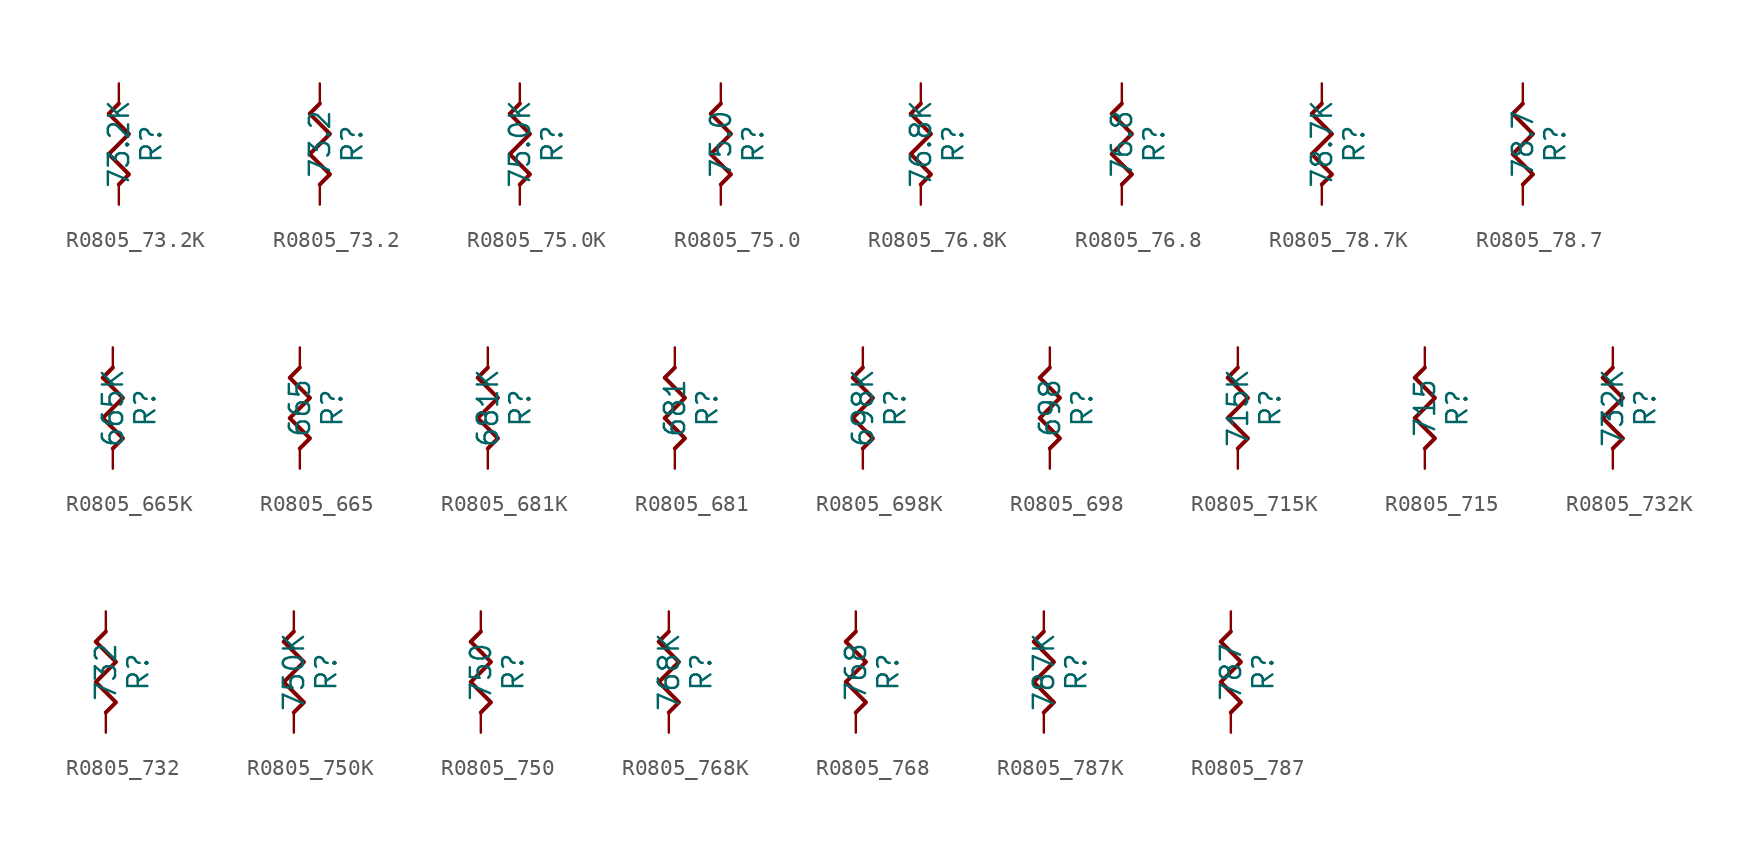
<source format=kicad_sym>
(kicad_symbol_lib
  (version 20211014)
  (generator atlantix-eda)
  (symbol "R0805_73.2K"
    (pin_numbers hide)
    (pin_names
      (offset 0))
    (property "Reference" "R"
      (at 2.032 0 90)
      (effects (font (size 1.27 1.27))))
    (property "Value" "73.2K"
      (at 0 0 90)
      (effects (font (size 1.27 1.27))))
    (symbol "R0805_73.2K_0_1"
      (polyline (pts (xy 0 -2.54) (xy 0.635 -1.905) (xy -0.635 -0.635) (xy 0.635 0.635) (xy -0.635 1.905) (xy 0 2.54)) (stroke (width 0.254) (type default) (color 0 0 0 0)) (fill (type none))))
    (symbol "R0805_73.2K_1_1"
      (pin passive line (at 0 3.81 270) (length 1.27) (name "~" (effects (font (size 1.27 1.27)))) (number "1" (effects (font (size 1.27 1.27)))))
      (pin passive line (at 0 -3.81 90) (length 1.27) (name "~" (effects (font (size 1.27 1.27)))) (number "2" (effects (font (size 1.27 1.27)))))))
  (symbol "R0805_73.2"
    (pin_numbers hide)
    (pin_names
      (offset 0))
    (property "Reference" "R"
      (at 2.032 0 90)
      (effects (font (size 1.27 1.27))))
    (property "Value" "73.2"
      (at 0 0 90)
      (effects (font (size 1.27 1.27))))
    (symbol "R0805_73.2_0_1"
      (polyline (pts (xy 0 -2.54) (xy 0.635 -1.905) (xy -0.635 -0.635) (xy 0.635 0.635) (xy -0.635 1.905) (xy 0 2.54)) (stroke (width 0.254) (type default) (color 0 0 0 0)) (fill (type none))))
    (symbol "R0805_73.2_1_1"
      (pin passive line (at 0 3.81 270) (length 1.27) (name "~" (effects (font (size 1.27 1.27)))) (number "1" (effects (font (size 1.27 1.27)))))
      (pin passive line (at 0 -3.81 90) (length 1.27) (name "~" (effects (font (size 1.27 1.27)))) (number "2" (effects (font (size 1.27 1.27)))))))
  (symbol "R0805_75.0K"
    (pin_numbers hide)
    (pin_names
      (offset 0))
    (property "Reference" "R"
      (at 2.032 0 90)
      (effects (font (size 1.27 1.27))))
    (property "Value" "75.0K"
      (at 0 0 90)
      (effects (font (size 1.27 1.27))))
    (symbol "R0805_75.0K_0_1"
      (polyline (pts (xy 0 -2.54) (xy 0.635 -1.905) (xy -0.635 -0.635) (xy 0.635 0.635) (xy -0.635 1.905) (xy 0 2.54)) (stroke (width 0.254) (type default) (color 0 0 0 0)) (fill (type none))))
    (symbol "R0805_75.0K_1_1"
      (pin passive line (at 0 3.81 270) (length 1.27) (name "~" (effects (font (size 1.27 1.27)))) (number "1" (effects (font (size 1.27 1.27)))))
      (pin passive line (at 0 -3.81 90) (length 1.27) (name "~" (effects (font (size 1.27 1.27)))) (number "2" (effects (font (size 1.27 1.27)))))))
  (symbol "R0805_75.0"
    (pin_numbers hide)
    (pin_names
      (offset 0))
    (property "Reference" "R"
      (at 2.032 0 90)
      (effects (font (size 1.27 1.27))))
    (property "Value" "75.0"
      (at 0 0 90)
      (effects (font (size 1.27 1.27))))
    (symbol "R0805_75.0_0_1"
      (polyline (pts (xy 0 -2.54) (xy 0.635 -1.905) (xy -0.635 -0.635) (xy 0.635 0.635) (xy -0.635 1.905) (xy 0 2.54)) (stroke (width 0.254) (type default) (color 0 0 0 0)) (fill (type none))))
    (symbol "R0805_75.0_1_1"
      (pin passive line (at 0 3.81 270) (length 1.27) (name "~" (effects (font (size 1.27 1.27)))) (number "1" (effects (font (size 1.27 1.27)))))
      (pin passive line (at 0 -3.81 90) (length 1.27) (name "~" (effects (font (size 1.27 1.27)))) (number "2" (effects (font (size 1.27 1.27)))))))
  (symbol "R0805_76.8K"
    (pin_numbers hide)
    (pin_names
      (offset 0))
    (property "Reference" "R"
      (at 2.032 0 90)
      (effects (font (size 1.27 1.27))))
    (property "Value" "76.8K"
      (at 0 0 90)
      (effects (font (size 1.27 1.27))))
    (symbol "R0805_76.8K_0_1"
      (polyline (pts (xy 0 -2.54) (xy 0.635 -1.905) (xy -0.635 -0.635) (xy 0.635 0.635) (xy -0.635 1.905) (xy 0 2.54)) (stroke (width 0.254) (type default) (color 0 0 0 0)) (fill (type none))))
    (symbol "R0805_76.8K_1_1"
      (pin passive line (at 0 3.81 270) (length 1.27) (name "~" (effects (font (size 1.27 1.27)))) (number "1" (effects (font (size 1.27 1.27)))))
      (pin passive line (at 0 -3.81 90) (length 1.27) (name "~" (effects (font (size 1.27 1.27)))) (number "2" (effects (font (size 1.27 1.27)))))))
  (symbol "R0805_76.8"
    (pin_numbers hide)
    (pin_names
      (offset 0))
    (property "Reference" "R"
      (at 2.032 0 90)
      (effects (font (size 1.27 1.27))))
    (property "Value" "76.8"
      (at 0 0 90)
      (effects (font (size 1.27 1.27))))
    (symbol "R0805_76.8_0_1"
      (polyline (pts (xy 0 -2.54) (xy 0.635 -1.905) (xy -0.635 -0.635) (xy 0.635 0.635) (xy -0.635 1.905) (xy 0 2.54)) (stroke (width 0.254) (type default) (color 0 0 0 0)) (fill (type none))))
    (symbol "R0805_76.8_1_1"
      (pin passive line (at 0 3.81 270) (length 1.27) (name "~" (effects (font (size 1.27 1.27)))) (number "1" (effects (font (size 1.27 1.27)))))
      (pin passive line (at 0 -3.81 90) (length 1.27) (name "~" (effects (font (size 1.27 1.27)))) (number "2" (effects (font (size 1.27 1.27)))))))
  (symbol "R0805_78.7K"
    (pin_numbers hide)
    (pin_names
      (offset 0))
    (property "Reference" "R"
      (at 2.032 0 90)
      (effects (font (size 1.27 1.27))))
    (property "Value" "78.7K"
      (at 0 0 90)
      (effects (font (size 1.27 1.27))))
    (symbol "R0805_78.7K_0_1"
      (polyline (pts (xy 0 -2.54) (xy 0.635 -1.905) (xy -0.635 -0.635) (xy 0.635 0.635) (xy -0.635 1.905) (xy 0 2.54)) (stroke (width 0.254) (type default) (color 0 0 0 0)) (fill (type none))))
    (symbol "R0805_78.7K_1_1"
      (pin passive line (at 0 3.81 270) (length 1.27) (name "~" (effects (font (size 1.27 1.27)))) (number "1" (effects (font (size 1.27 1.27)))))
      (pin passive line (at 0 -3.81 90) (length 1.27) (name "~" (effects (font (size 1.27 1.27)))) (number "2" (effects (font (size 1.27 1.27)))))))
  (symbol "R0805_78.7"
    (pin_numbers hide)
    (pin_names
      (offset 0))
    (property "Reference" "R"
      (at 2.032 0 90)
      (effects (font (size 1.27 1.27))))
    (property "Value" "78.7"
      (at 0 0 90)
      (effects (font (size 1.27 1.27))))
    (symbol "R0805_78.7_0_1"
      (polyline (pts (xy 0 -2.54) (xy 0.635 -1.905) (xy -0.635 -0.635) (xy 0.635 0.635) (xy -0.635 1.905) (xy 0 2.54)) (stroke (width 0.254) (type default) (color 0 0 0 0)) (fill (type none))))
    (symbol "R0805_78.7_1_1"
      (pin passive line (at 0 3.81 270) (length 1.27) (name "~" (effects (font (size 1.27 1.27)))) (number "1" (effects (font (size 1.27 1.27)))))
      (pin passive line (at 0 -3.81 90) (length 1.27) (name "~" (effects (font (size 1.27 1.27)))) (number "2" (effects (font (size 1.27 1.27)))))))
  (symbol "R0805_665K"
    (pin_numbers hide)
    (pin_names
      (offset 0))
    (property "Reference" "R"
      (at 2.032 0 90)
      (effects (font (size 1.27 1.27))))
    (property "Value" "665K"
      (at 0 0 90)
      (effects (font (size 1.27 1.27))))
    (symbol "R0805_665K_0_1"
      (polyline (pts (xy 0 -2.54) (xy 0.635 -1.905) (xy -0.635 -0.635) (xy 0.635 0.635) (xy -0.635 1.905) (xy 0 2.54)) (stroke (width 0.254) (type default) (color 0 0 0 0)) (fill (type none))))
    (symbol "R0805_665K_1_1"
      (pin passive line (at 0 3.81 270) (length 1.27) (name "~" (effects (font (size 1.27 1.27)))) (number "1" (effects (font (size 1.27 1.27)))))
      (pin passive line (at 0 -3.81 90) (length 1.27) (name "~" (effects (font (size 1.27 1.27)))) (number "2" (effects (font (size 1.27 1.27)))))))
  (symbol "R0805_665"
    (pin_numbers hide)
    (pin_names
      (offset 0))
    (property "Reference" "R"
      (at 2.032 0 90)
      (effects (font (size 1.27 1.27))))
    (property "Value" "665"
      (at 0 0 90)
      (effects (font (size 1.27 1.27))))
    (symbol "R0805_665_0_1"
      (polyline (pts (xy 0 -2.54) (xy 0.635 -1.905) (xy -0.635 -0.635) (xy 0.635 0.635) (xy -0.635 1.905) (xy 0 2.54)) (stroke (width 0.254) (type default) (color 0 0 0 0)) (fill (type none))))
    (symbol "R0805_665_1_1"
      (pin passive line (at 0 3.81 270) (length 1.27) (name "~" (effects (font (size 1.27 1.27)))) (number "1" (effects (font (size 1.27 1.27)))))
      (pin passive line (at 0 -3.81 90) (length 1.27) (name "~" (effects (font (size 1.27 1.27)))) (number "2" (effects (font (size 1.27 1.27)))))))
  (symbol "R0805_681K"
    (pin_numbers hide)
    (pin_names
      (offset 0))
    (property "Reference" "R"
      (at 2.032 0 90)
      (effects (font (size 1.27 1.27))))
    (property "Value" "681K"
      (at 0 0 90)
      (effects (font (size 1.27 1.27))))
    (symbol "R0805_681K_0_1"
      (polyline (pts (xy 0 -2.54) (xy 0.635 -1.905) (xy -0.635 -0.635) (xy 0.635 0.635) (xy -0.635 1.905) (xy 0 2.54)) (stroke (width 0.254) (type default) (color 0 0 0 0)) (fill (type none))))
    (symbol "R0805_681K_1_1"
      (pin passive line (at 0 3.81 270) (length 1.27) (name "~" (effects (font (size 1.27 1.27)))) (number "1" (effects (font (size 1.27 1.27)))))
      (pin passive line (at 0 -3.81 90) (length 1.27) (name "~" (effects (font (size 1.27 1.27)))) (number "2" (effects (font (size 1.27 1.27)))))))
  (symbol "R0805_681"
    (pin_numbers hide)
    (pin_names
      (offset 0))
    (property "Reference" "R"
      (at 2.032 0 90)
      (effects (font (size 1.27 1.27))))
    (property "Value" "681"
      (at 0 0 90)
      (effects (font (size 1.27 1.27))))
    (symbol "R0805_681_0_1"
      (polyline (pts (xy 0 -2.54) (xy 0.635 -1.905) (xy -0.635 -0.635) (xy 0.635 0.635) (xy -0.635 1.905) (xy 0 2.54)) (stroke (width 0.254) (type default) (color 0 0 0 0)) (fill (type none))))
    (symbol "R0805_681_1_1"
      (pin passive line (at 0 3.81 270) (length 1.27) (name "~" (effects (font (size 1.27 1.27)))) (number "1" (effects (font (size 1.27 1.27)))))
      (pin passive line (at 0 -3.81 90) (length 1.27) (name "~" (effects (font (size 1.27 1.27)))) (number "2" (effects (font (size 1.27 1.27)))))))
  (symbol "R0805_698K"
    (pin_numbers hide)
    (pin_names
      (offset 0))
    (property "Reference" "R"
      (at 2.032 0 90)
      (effects (font (size 1.27 1.27))))
    (property "Value" "698K"
      (at 0 0 90)
      (effects (font (size 1.27 1.27))))
    (symbol "R0805_698K_0_1"
      (polyline (pts (xy 0 -2.54) (xy 0.635 -1.905) (xy -0.635 -0.635) (xy 0.635 0.635) (xy -0.635 1.905) (xy 0 2.54)) (stroke (width 0.254) (type default) (color 0 0 0 0)) (fill (type none))))
    (symbol "R0805_698K_1_1"
      (pin passive line (at 0 3.81 270) (length 1.27) (name "~" (effects (font (size 1.27 1.27)))) (number "1" (effects (font (size 1.27 1.27)))))
      (pin passive line (at 0 -3.81 90) (length 1.27) (name "~" (effects (font (size 1.27 1.27)))) (number "2" (effects (font (size 1.27 1.27)))))))
  (symbol "R0805_698"
    (pin_numbers hide)
    (pin_names
      (offset 0))
    (property "Reference" "R"
      (at 2.032 0 90)
      (effects (font (size 1.27 1.27))))
    (property "Value" "698"
      (at 0 0 90)
      (effects (font (size 1.27 1.27))))
    (symbol "R0805_698_0_1"
      (polyline (pts (xy 0 -2.54) (xy 0.635 -1.905) (xy -0.635 -0.635) (xy 0.635 0.635) (xy -0.635 1.905) (xy 0 2.54)) (stroke (width 0.254) (type default) (color 0 0 0 0)) (fill (type none))))
    (symbol "R0805_698_1_1"
      (pin passive line (at 0 3.81 270) (length 1.27) (name "~" (effects (font (size 1.27 1.27)))) (number "1" (effects (font (size 1.27 1.27)))))
      (pin passive line (at 0 -3.81 90) (length 1.27) (name "~" (effects (font (size 1.27 1.27)))) (number "2" (effects (font (size 1.27 1.27)))))))
  (symbol "R0805_715K"
    (pin_numbers hide)
    (pin_names
      (offset 0))
    (property "Reference" "R"
      (at 2.032 0 90)
      (effects (font (size 1.27 1.27))))
    (property "Value" "715K"
      (at 0 0 90)
      (effects (font (size 1.27 1.27))))
    (symbol "R0805_715K_0_1"
      (polyline (pts (xy 0 -2.54) (xy 0.635 -1.905) (xy -0.635 -0.635) (xy 0.635 0.635) (xy -0.635 1.905) (xy 0 2.54)) (stroke (width 0.254) (type default) (color 0 0 0 0)) (fill (type none))))
    (symbol "R0805_715K_1_1"
      (pin passive line (at 0 3.81 270) (length 1.27) (name "~" (effects (font (size 1.27 1.27)))) (number "1" (effects (font (size 1.27 1.27)))))
      (pin passive line (at 0 -3.81 90) (length 1.27) (name "~" (effects (font (size 1.27 1.27)))) (number "2" (effects (font (size 1.27 1.27)))))))
  (symbol "R0805_715"
    (pin_numbers hide)
    (pin_names
      (offset 0))
    (property "Reference" "R"
      (at 2.032 0 90)
      (effects (font (size 1.27 1.27))))
    (property "Value" "715"
      (at 0 0 90)
      (effects (font (size 1.27 1.27))))
    (symbol "R0805_715_0_1"
      (polyline (pts (xy 0 -2.54) (xy 0.635 -1.905) (xy -0.635 -0.635) (xy 0.635 0.635) (xy -0.635 1.905) (xy 0 2.54)) (stroke (width 0.254) (type default) (color 0 0 0 0)) (fill (type none))))
    (symbol "R0805_715_1_1"
      (pin passive line (at 0 3.81 270) (length 1.27) (name "~" (effects (font (size 1.27 1.27)))) (number "1" (effects (font (size 1.27 1.27)))))
      (pin passive line (at 0 -3.81 90) (length 1.27) (name "~" (effects (font (size 1.27 1.27)))) (number "2" (effects (font (size 1.27 1.27)))))))
  (symbol "R0805_732K"
    (pin_numbers hide)
    (pin_names
      (offset 0))
    (property "Reference" "R"
      (at 2.032 0 90)
      (effects (font (size 1.27 1.27))))
    (property "Value" "732K"
      (at 0 0 90)
      (effects (font (size 1.27 1.27))))
    (symbol "R0805_732K_0_1"
      (polyline (pts (xy 0 -2.54) (xy 0.635 -1.905) (xy -0.635 -0.635) (xy 0.635 0.635) (xy -0.635 1.905) (xy 0 2.54)) (stroke (width 0.254) (type default) (color 0 0 0 0)) (fill (type none))))
    (symbol "R0805_732K_1_1"
      (pin passive line (at 0 3.81 270) (length 1.27) (name "~" (effects (font (size 1.27 1.27)))) (number "1" (effects (font (size 1.27 1.27)))))
      (pin passive line (at 0 -3.81 90) (length 1.27) (name "~" (effects (font (size 1.27 1.27)))) (number "2" (effects (font (size 1.27 1.27)))))))
  (symbol "R0805_732"
    (pin_numbers hide)
    (pin_names
      (offset 0))
    (property "Reference" "R"
      (at 2.032 0 90)
      (effects (font (size 1.27 1.27))))
    (property "Value" "732"
      (at 0 0 90)
      (effects (font (size 1.27 1.27))))
    (symbol "R0805_732_0_1"
      (polyline (pts (xy 0 -2.54) (xy 0.635 -1.905) (xy -0.635 -0.635) (xy 0.635 0.635) (xy -0.635 1.905) (xy 0 2.54)) (stroke (width 0.254) (type default) (color 0 0 0 0)) (fill (type none))))
    (symbol "R0805_732_1_1"
      (pin passive line (at 0 3.81 270) (length 1.27) (name "~" (effects (font (size 1.27 1.27)))) (number "1" (effects (font (size 1.27 1.27)))))
      (pin passive line (at 0 -3.81 90) (length 1.27) (name "~" (effects (font (size 1.27 1.27)))) (number "2" (effects (font (size 1.27 1.27)))))))
  (symbol "R0805_750K"
    (pin_numbers hide)
    (pin_names
      (offset 0))
    (property "Reference" "R"
      (at 2.032 0 90)
      (effects (font (size 1.27 1.27))))
    (property "Value" "750K"
      (at 0 0 90)
      (effects (font (size 1.27 1.27))))
    (symbol "R0805_750K_0_1"
      (polyline (pts (xy 0 -2.54) (xy 0.635 -1.905) (xy -0.635 -0.635) (xy 0.635 0.635) (xy -0.635 1.905) (xy 0 2.54)) (stroke (width 0.254) (type default) (color 0 0 0 0)) (fill (type none))))
    (symbol "R0805_750K_1_1"
      (pin passive line (at 0 3.81 270) (length 1.27) (name "~" (effects (font (size 1.27 1.27)))) (number "1" (effects (font (size 1.27 1.27)))))
      (pin passive line (at 0 -3.81 90) (length 1.27) (name "~" (effects (font (size 1.27 1.27)))) (number "2" (effects (font (size 1.27 1.27)))))))
  (symbol "R0805_750"
    (pin_numbers hide)
    (pin_names
      (offset 0))
    (property "Reference" "R"
      (at 2.032 0 90)
      (effects (font (size 1.27 1.27))))
    (property "Value" "750"
      (at 0 0 90)
      (effects (font (size 1.27 1.27))))
    (symbol "R0805_750_0_1"
      (polyline (pts (xy 0 -2.54) (xy 0.635 -1.905) (xy -0.635 -0.635) (xy 0.635 0.635) (xy -0.635 1.905) (xy 0 2.54)) (stroke (width 0.254) (type default) (color 0 0 0 0)) (fill (type none))))
    (symbol "R0805_750_1_1"
      (pin passive line (at 0 3.81 270) (length 1.27) (name "~" (effects (font (size 1.27 1.27)))) (number "1" (effects (font (size 1.27 1.27)))))
      (pin passive line (at 0 -3.81 90) (length 1.27) (name "~" (effects (font (size 1.27 1.27)))) (number "2" (effects (font (size 1.27 1.27)))))))
  (symbol "R0805_768K"
    (pin_numbers hide)
    (pin_names
      (offset 0))
    (property "Reference" "R"
      (at 2.032 0 90)
      (effects (font (size 1.27 1.27))))
    (property "Value" "768K"
      (at 0 0 90)
      (effects (font (size 1.27 1.27))))
    (symbol "R0805_768K_0_1"
      (polyline (pts (xy 0 -2.54) (xy 0.635 -1.905) (xy -0.635 -0.635) (xy 0.635 0.635) (xy -0.635 1.905) (xy 0 2.54)) (stroke (width 0.254) (type default) (color 0 0 0 0)) (fill (type none))))
    (symbol "R0805_768K_1_1"
      (pin passive line (at 0 3.81 270) (length 1.27) (name "~" (effects (font (size 1.27 1.27)))) (number "1" (effects (font (size 1.27 1.27)))))
      (pin passive line (at 0 -3.81 90) (length 1.27) (name "~" (effects (font (size 1.27 1.27)))) (number "2" (effects (font (size 1.27 1.27)))))))
  (symbol "R0805_768"
    (pin_numbers hide)
    (pin_names
      (offset 0))
    (property "Reference" "R"
      (at 2.032 0 90)
      (effects (font (size 1.27 1.27))))
    (property "Value" "768"
      (at 0 0 90)
      (effects (font (size 1.27 1.27))))
    (symbol "R0805_768_0_1"
      (polyline (pts (xy 0 -2.54) (xy 0.635 -1.905) (xy -0.635 -0.635) (xy 0.635 0.635) (xy -0.635 1.905) (xy 0 2.54)) (stroke (width 0.254) (type default) (color 0 0 0 0)) (fill (type none))))
    (symbol "R0805_768_1_1"
      (pin passive line (at 0 3.81 270) (length 1.27) (name "~" (effects (font (size 1.27 1.27)))) (number "1" (effects (font (size 1.27 1.27)))))
      (pin passive line (at 0 -3.81 90) (length 1.27) (name "~" (effects (font (size 1.27 1.27)))) (number "2" (effects (font (size 1.27 1.27)))))))
  (symbol "R0805_787K"
    (pin_numbers hide)
    (pin_names
      (offset 0))
    (property "Reference" "R"
      (at 2.032 0 90)
      (effects (font (size 1.27 1.27))))
    (property "Value" "787K"
      (at 0 0 90)
      (effects (font (size 1.27 1.27))))
    (symbol "R0805_787K_0_1"
      (polyline (pts (xy 0 -2.54) (xy 0.635 -1.905) (xy -0.635 -0.635) (xy 0.635 0.635) (xy -0.635 1.905) (xy 0 2.54)) (stroke (width 0.254) (type default) (color 0 0 0 0)) (fill (type none))))
    (symbol "R0805_787K_1_1"
      (pin passive line (at 0 3.81 270) (length 1.27) (name "~" (effects (font (size 1.27 1.27)))) (number "1" (effects (font (size 1.27 1.27)))))
      (pin passive line (at 0 -3.81 90) (length 1.27) (name "~" (effects (font (size 1.27 1.27)))) (number "2" (effects (font (size 1.27 1.27)))))))
  (symbol "R0805_787"
    (pin_numbers hide)
    (pin_names
      (offset 0))
    (property "Reference" "R"
      (at 2.032 0 90)
      (effects (font (size 1.27 1.27))))
    (property "Value" "787"
      (at 0 0 90)
      (effects (font (size 1.27 1.27))))
    (symbol "R0805_787_0_1"
      (polyline (pts (xy 0 -2.54) (xy 0.635 -1.905) (xy -0.635 -0.635) (xy 0.635 0.635) (xy -0.635 1.905) (xy 0 2.54)) (stroke (width 0.254) (type default) (color 0 0 0 0)) (fill (type none))))
    (symbol "R0805_787_1_1"
      (pin passive line (at 0 3.81 270) (length 1.27) (name "~" (effects (font (size 1.27 1.27)))) (number "1" (effects (font (size 1.27 1.27)))))
      (pin passive line (at 0 -3.81 90) (length 1.27) (name "~" (effects (font (size 1.27 1.27)))) (number "2" (effects (font (size 1.27 1.27))))))))
</source>
